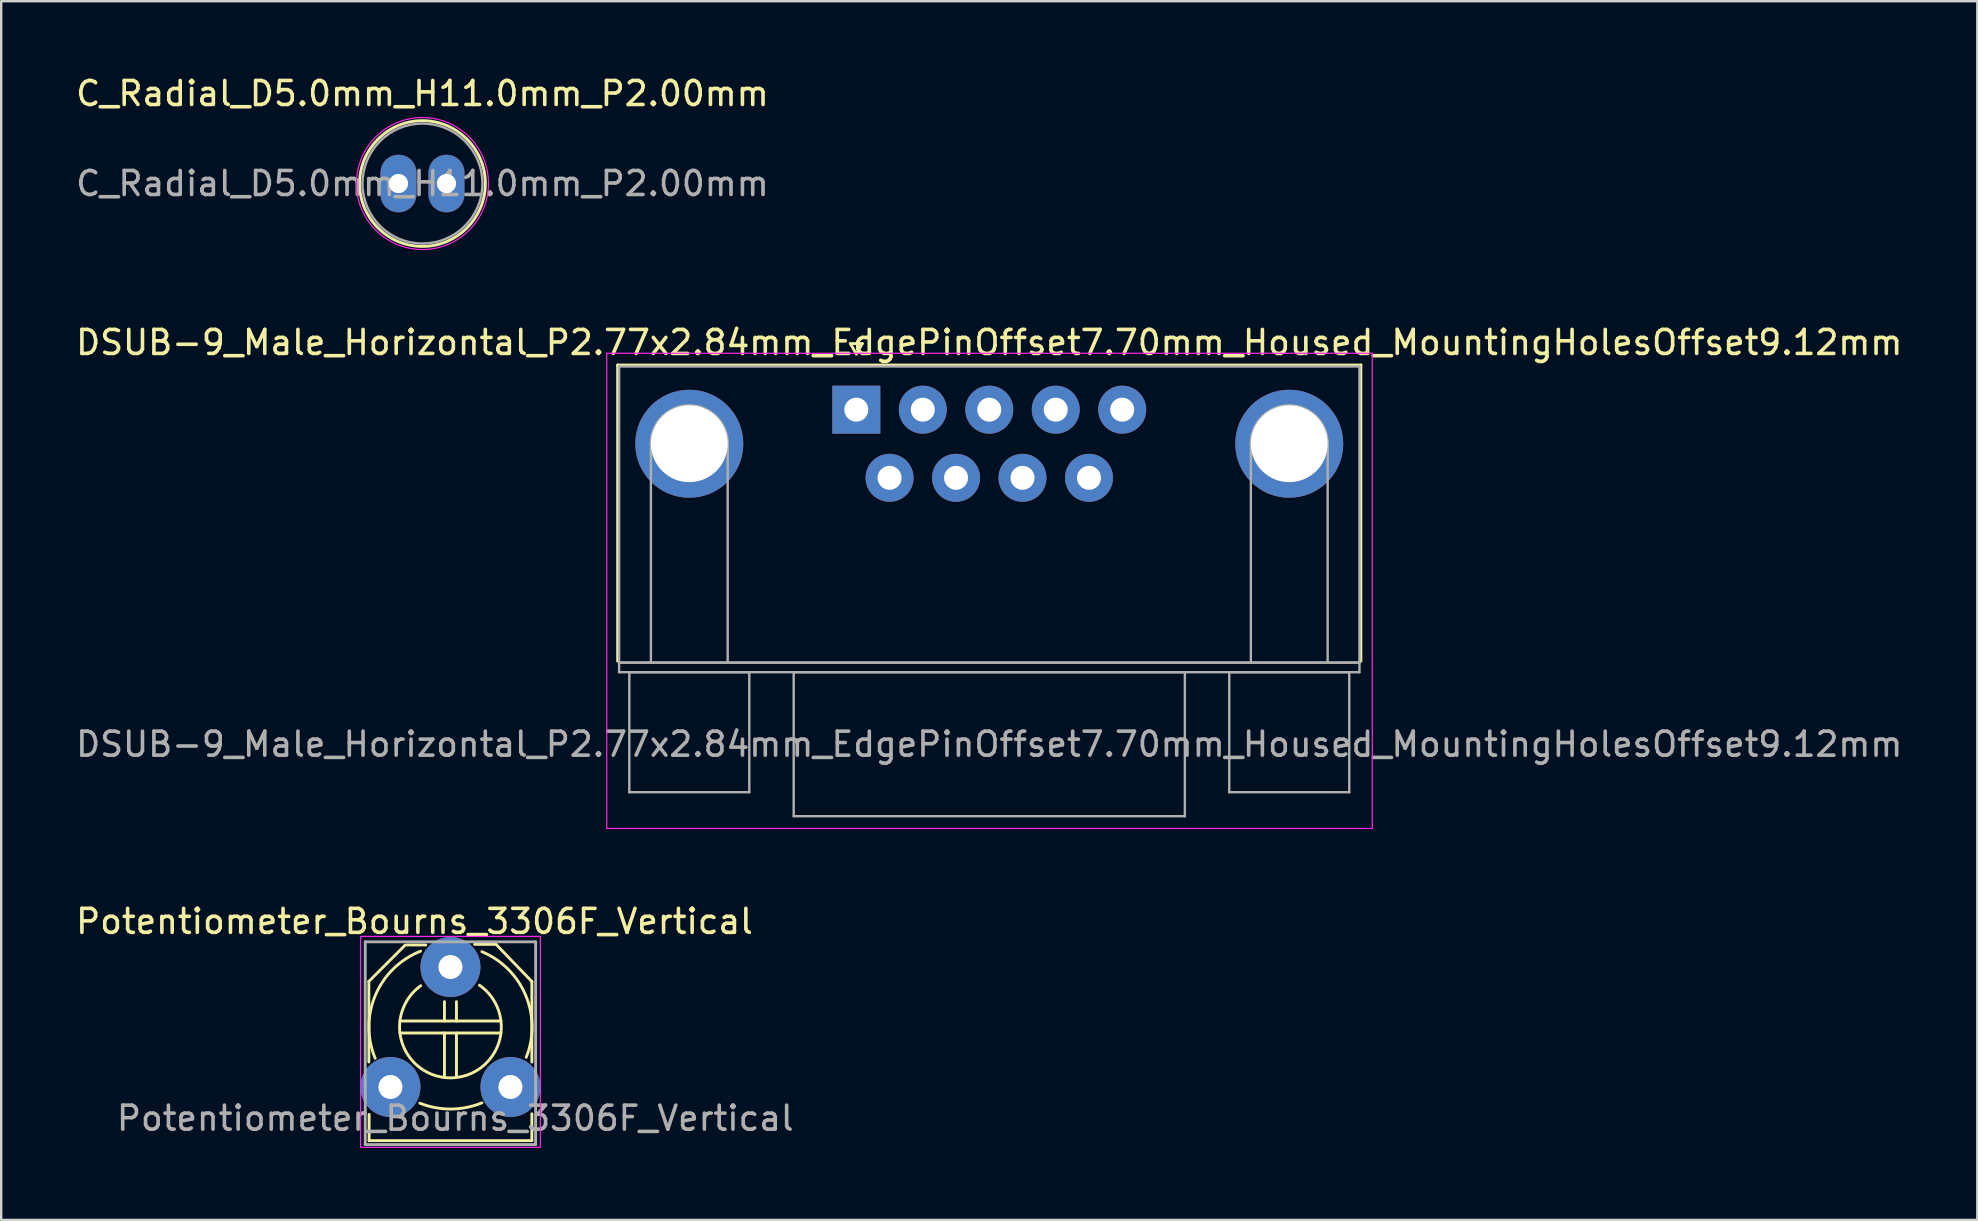
<source format=kicad_pcb>
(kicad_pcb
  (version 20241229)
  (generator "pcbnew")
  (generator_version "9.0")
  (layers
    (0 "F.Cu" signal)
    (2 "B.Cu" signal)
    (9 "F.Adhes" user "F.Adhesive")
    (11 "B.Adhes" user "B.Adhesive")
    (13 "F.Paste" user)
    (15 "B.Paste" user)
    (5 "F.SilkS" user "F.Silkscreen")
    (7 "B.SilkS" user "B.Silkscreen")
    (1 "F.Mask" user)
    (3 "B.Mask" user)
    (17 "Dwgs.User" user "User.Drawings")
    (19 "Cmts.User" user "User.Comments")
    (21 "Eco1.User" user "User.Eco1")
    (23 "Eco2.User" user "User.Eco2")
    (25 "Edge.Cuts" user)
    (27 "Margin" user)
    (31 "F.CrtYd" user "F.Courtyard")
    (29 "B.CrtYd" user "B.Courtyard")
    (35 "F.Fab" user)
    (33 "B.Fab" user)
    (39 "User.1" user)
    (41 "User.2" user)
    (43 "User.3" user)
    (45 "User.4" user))
  (footprint "C_Radial_D5.0mm_H11.0mm_P2.00mm"
    (layer "F.Cu")
    (at 13.554 4.598)
    (property "Reference" "C_Radial_D5.0mm_H11.0mm_P2.00mm" (at 1 -3.75 0) (layer "F.SilkS") (effects (font (size 1 1) (thickness 0.15))))
    (attr through_hole)
    (fp_circle (center 1 0) (end 3.62 0) (stroke (width 0.12) (type solid)) (fill no) (layer "F.SilkS"))
    (fp_circle (center 1 0) (end 3.75 0) (stroke (width 0.05) (type solid)) (fill no) (layer "F.CrtYd"))
    (fp_circle (center 1 0) (end 3.5 0) (stroke (width 0.1) (type solid)) (fill no) (layer "F.Fab"))
    (fp_text user "${REFERENCE}" (at 1 0 0) (layer "F.Fab") (effects (font (size 1 1) (thickness 0.15))))
    (pad "1" thru_hole oval (at 0 0) (size 1.5 2.4) (drill 0.8) (layers "*.Cu" "*.Mask"))
    (pad "2" thru_hole oval (at 2 0) (size 1.5 2.4) (drill 0.8) (layers "*.Cu" "*.Mask")))
  (footprint "DSUB-9_Male_Horizontal_P2.77x2.84mm_EdgePinOffset7.70mm_Housed_MountingHolesOffset9.12mm"
    (layer "F.Cu")
    (at 32.633 14.021)
    (property "Reference" "DSUB-9_Male_Horizontal_P2.77x2.84mm_EdgePinOffset7.70mm_Housed_MountingHolesOffset9.12mm" (at 5.54 -2.8 0) (layer "F.SilkS") (effects (font (size 1 1) (thickness 0.15))))
    (attr through_hole)
    (fp_line (start -9.945 -1.86) (end 21.025 -1.86) (stroke (width 0.12) (type solid)) (layer "F.SilkS"))
    (fp_line (start -9.945 10.48) (end -9.945 -1.86) (stroke (width 0.12) (type solid)) (layer "F.SilkS"))
    (fp_line (start -0.25 -2.754) (end 0.25 -2.754) (stroke (width 0.12) (type solid)) (layer "F.SilkS"))
    (fp_line (start 0 -2.321) (end -0.25 -2.754) (stroke (width 0.12) (type solid)) (layer "F.SilkS"))
    (fp_line (start 0.25 -2.754) (end 0 -2.321) (stroke (width 0.12) (type solid)) (layer "F.SilkS"))
    (fp_line (start 21.025 -1.86) (end 21.025 10.48) (stroke (width 0.12) (type solid)) (layer "F.SilkS"))
    (fp_line (start -10.4 -2.35) (end -10.4 17.45) (stroke (width 0.05) (type solid)) (layer "F.CrtYd"))
    (fp_line (start -10.4 17.45) (end 21.5 17.45) (stroke (width 0.05) (type solid)) (layer "F.CrtYd"))
    (fp_line (start 21.5 -2.35) (end -10.4 -2.35) (stroke (width 0.05) (type solid)) (layer "F.CrtYd"))
    (fp_line (start 21.5 17.45) (end 21.5 -2.35) (stroke (width 0.05) (type solid)) (layer "F.CrtYd"))
    (fp_line (start -9.885 -1.8) (end -9.885 10.54) (stroke (width 0.1) (type solid)) (layer "F.Fab"))
    (fp_line (start -9.885 10.54) (end -9.885 10.94) (stroke (width 0.1) (type solid)) (layer "F.Fab"))
    (fp_line (start -9.885 10.54) (end 20.965 10.54) (stroke (width 0.1) (type solid)) (layer "F.Fab"))
    (fp_line (start -9.885 10.94) (end 20.965 10.94) (stroke (width 0.1) (type solid)) (layer "F.Fab"))
    (fp_line (start -9.46 10.94) (end -9.46 15.94) (stroke (width 0.1) (type solid)) (layer "F.Fab"))
    (fp_line (start -9.46 15.94) (end -4.46 15.94) (stroke (width 0.1) (type solid)) (layer "F.Fab"))
    (fp_line (start -8.56 10.54) (end -8.56 1.42) (stroke (width 0.1) (type solid)) (layer "F.Fab"))
    (fp_line (start -5.36 10.54) (end -5.36 1.42) (stroke (width 0.1) (type solid)) (layer "F.Fab"))
    (fp_line (start -4.46 10.94) (end -9.46 10.94) (stroke (width 0.1) (type solid)) (layer "F.Fab"))
    (fp_line (start -4.46 15.94) (end -4.46 10.94) (stroke (width 0.1) (type solid)) (layer "F.Fab"))
    (fp_line (start -2.61 10.94) (end -2.61 16.94) (stroke (width 0.1) (type solid)) (layer "F.Fab"))
    (fp_line (start -2.61 16.94) (end 13.69 16.94) (stroke (width 0.1) (type solid)) (layer "F.Fab"))
    (fp_line (start 13.69 10.94) (end -2.61 10.94) (stroke (width 0.1) (type solid)) (layer "F.Fab"))
    (fp_line (start 13.69 16.94) (end 13.69 10.94) (stroke (width 0.1) (type solid)) (layer "F.Fab"))
    (fp_line (start 15.54 10.94) (end 15.54 15.94) (stroke (width 0.1) (type solid)) (layer "F.Fab"))
    (fp_line (start 15.54 15.94) (end 20.54 15.94) (stroke (width 0.1) (type solid)) (layer "F.Fab"))
    (fp_line (start 16.44 10.54) (end 16.44 1.42) (stroke (width 0.1) (type solid)) (layer "F.Fab"))
    (fp_line (start 19.64 10.54) (end 19.64 1.42) (stroke (width 0.1) (type solid)) (layer "F.Fab"))
    (fp_line (start 20.54 10.94) (end 15.54 10.94) (stroke (width 0.1) (type solid)) (layer "F.Fab"))
    (fp_line (start 20.54 15.94) (end 20.54 10.94) (stroke (width 0.1) (type solid)) (layer "F.Fab"))
    (fp_line (start 20.965 -1.8) (end -9.885 -1.8) (stroke (width 0.1) (type solid)) (layer "F.Fab"))
    (fp_line (start 20.965 10.54) (end -9.885 10.54) (stroke (width 0.1) (type solid)) (layer "F.Fab"))
    (fp_line (start 20.965 10.54) (end 20.965 -1.8) (stroke (width 0.1) (type solid)) (layer "F.Fab"))
    (fp_line (start 20.965 10.94) (end 20.965 10.54) (stroke (width 0.1) (type solid)) (layer "F.Fab"))
    (fp_arc (start -8.56 1.42) (mid -6.96 -0.18) (end -5.36 1.42) (stroke (width 0.1) (type solid)) (layer "F.Fab"))
    (fp_arc (start 16.44 1.42) (mid 18.04 -0.18) (end 19.64 1.42) (stroke (width 0.1) (type solid)) (layer "F.Fab"))
    (fp_text user "${REFERENCE}" (at 5.54 13.94 0) (layer "F.Fab") (effects (font (size 1 1) (thickness 0.15))))
    (pad "0" thru_hole circle (at -6.96 1.42) (size 4.5 4.5) (drill 3.2) (layers "*.Cu" "*.Mask"))
    (pad "0" thru_hole circle (at 18.04 1.42) (size 4.5 4.5) (drill 3.2) (layers "*.Cu" "*.Mask"))
    (pad "1" thru_hole rect (at 0 0) (size 2 2) (drill 1) (layers "*.Cu" "*.Mask"))
    (pad "2" thru_hole circle (at 2.77 0) (size 2 2) (drill 1) (layers "*.Cu" "*.Mask"))
    (pad "3" thru_hole circle (at 5.54 0) (size 2 2) (drill 1) (layers "*.Cu" "*.Mask"))
    (pad "4" thru_hole circle (at 8.31 0) (size 2 2) (drill 1) (layers "*.Cu" "*.Mask"))
    (pad "5" thru_hole circle (at 11.08 0) (size 2 2) (drill 1) (layers "*.Cu" "*.Mask"))
    (pad "6" thru_hole circle (at 1.385 2.84) (size 2 2) (drill 1) (layers "*.Cu" "*.Mask"))
    (pad "7" thru_hole circle (at 4.155 2.84) (size 2 2) (drill 1) (layers "*.Cu" "*.Mask"))
    (pad "8" thru_hole circle (at 6.925 2.84) (size 2 2) (drill 1) (layers "*.Cu" "*.Mask"))
    (pad "9" thru_hole circle (at 9.695 2.84) (size 2 2) (drill 1) (layers "*.Cu" "*.Mask")))
  (footprint "Potentiometer_Bourns_3306F_Vertical"
    (layer "F.Cu")
    (at 13.22 42.245)
    (property "Reference" "Potentiometer_Bourns_3306F_Vertical" (at 1 -6.9 0) (layer "F.SilkS") (effects (font (size 1 1) (thickness 0.15))))
    (attr through_hole)
    (fp_line (start -0.9 -4.4) (end 0.6 -5.9) (stroke (width 0.12) (type solid)) (layer "F.SilkS"))
    (fp_line (start -0.9 -1.041) (end -0.9 -4.4) (stroke (width 0.12) (type solid)) (layer "F.SilkS"))
    (fp_line (start -0.889 1.143) (end -0.889 2.235) (stroke (width 0.12) (type solid)) (layer "F.SilkS"))
    (fp_line (start -0.889 2.235) (end 5.893 2.235) (stroke (width 0.12) (type solid)) (layer "F.SilkS"))
    (fp_line (start 0.4 -2.75) (end 4.6 -2.75) (stroke (width 0.12) (type solid)) (layer "F.SilkS"))
    (fp_line (start 0.4 -2.25) (end 4.6 -2.25) (stroke (width 0.12) (type solid)) (layer "F.SilkS"))
    (fp_line (start 1.473 -5.918) (end 0.635 -5.918) (stroke (width 0.12) (type solid)) (layer "F.SilkS"))
    (fp_line (start 2.25 -2.75) (end 2.25 -3.556) (stroke (width 0.12) (type solid)) (layer "F.SilkS"))
    (fp_line (start 2.25 -2.25) (end 2.25 -0.4) (stroke (width 0.12) (type solid)) (layer "F.SilkS"))
    (fp_line (start 2.75 -2.75) (end 2.75 -3.556) (stroke (width 0.12) (type solid)) (layer "F.SilkS"))
    (fp_line (start 2.75 -2.25) (end 2.75 -0.45) (stroke (width 0.12) (type solid)) (layer "F.SilkS"))
    (fp_line (start 3.505 -5.944) (end 4.4 -5.944) (stroke (width 0.12) (type solid)) (layer "F.SilkS"))
    (fp_line (start 5.893 -4.394) (end 4.4 -5.944) (stroke (width 0.12) (type solid)) (layer "F.SilkS"))
    (fp_line (start 5.893 -1.041) (end 5.893 -4.394) (stroke (width 0.12) (type solid)) (layer "F.SilkS"))
    (fp_line (start 5.893 2.235) (end 5.893 1.118) (stroke (width 0.12) (type solid)) (layer "F.SilkS"))
    (fp_arc (start -0.634999 -1.1938) (mid -0.627441 -3.824195) (end 1.25615 -5.660255) (stroke (width 0.12) (type solid)) (layer "F.SilkS"))
    (fp_arc (start 3.7084 -4.241799) (mid 2.519065 -0.380158) (end 1.260468 -4.219784) (stroke (width 0.12) (type solid)) (layer "F.SilkS"))
    (fp_arc (start 3.81 -5.638799) (mid 5.636051 -3.816565) (end 5.657977 -1.23693) (stroke (width 0.12) (type solid)) (layer "F.SilkS"))
    (fp_arc (start 3.81 0.660399) (mid 2.518437 0.91808) (end 1.2242 0.674186) (stroke (width 0.12) (type solid)) (layer "F.SilkS"))
    (fp_rect (start -1.245 -6.274) (end 6.248 2.515) (stroke (width 0.05) (type solid)) (fill no) (layer "F.CrtYd"))
    (fp_line (start -1.05 -6.05) (end -1.05 2.4) (stroke (width 0.12) (type solid)) (layer "F.Fab"))
    (fp_line (start -1.05 2.4) (end 6.05 2.4) (stroke (width 0.12) (type solid)) (layer "F.Fab"))
    (fp_line (start 6.05 -6.05) (end -1.05 -6.05) (stroke (width 0.12) (type solid)) (layer "F.Fab"))
    (fp_line (start 6.05 2.4) (end 6.05 -6.05) (stroke (width 0.12) (type solid)) (layer "F.Fab"))
    (fp_text user "${REFERENCE}" (at 2.7 1.3 0) (layer "F.Fab") (effects (font (size 1 1) (thickness 0.15))))
    (pad "1" thru_hole circle (at 0 0) (size 2.5 2.5) (drill 1) (layers "*.Cu" "*.Mask"))
    (pad "2" thru_hole circle (at 2.5 -5) (size 2.5 2.5) (drill 1) (layers "*.Cu" "*.Mask"))
    (pad "3" thru_hole circle (at 5 0) (size 2.5 2.5) (drill 1) (layers "*.Cu" "*.Mask")))
  (gr_rect
    (start -3 -3)
    (end 79.345 47.784)
    (stroke (width 0.1) (type default))
    (fill no)
    (layer "Edge.Cuts")))
</source>
